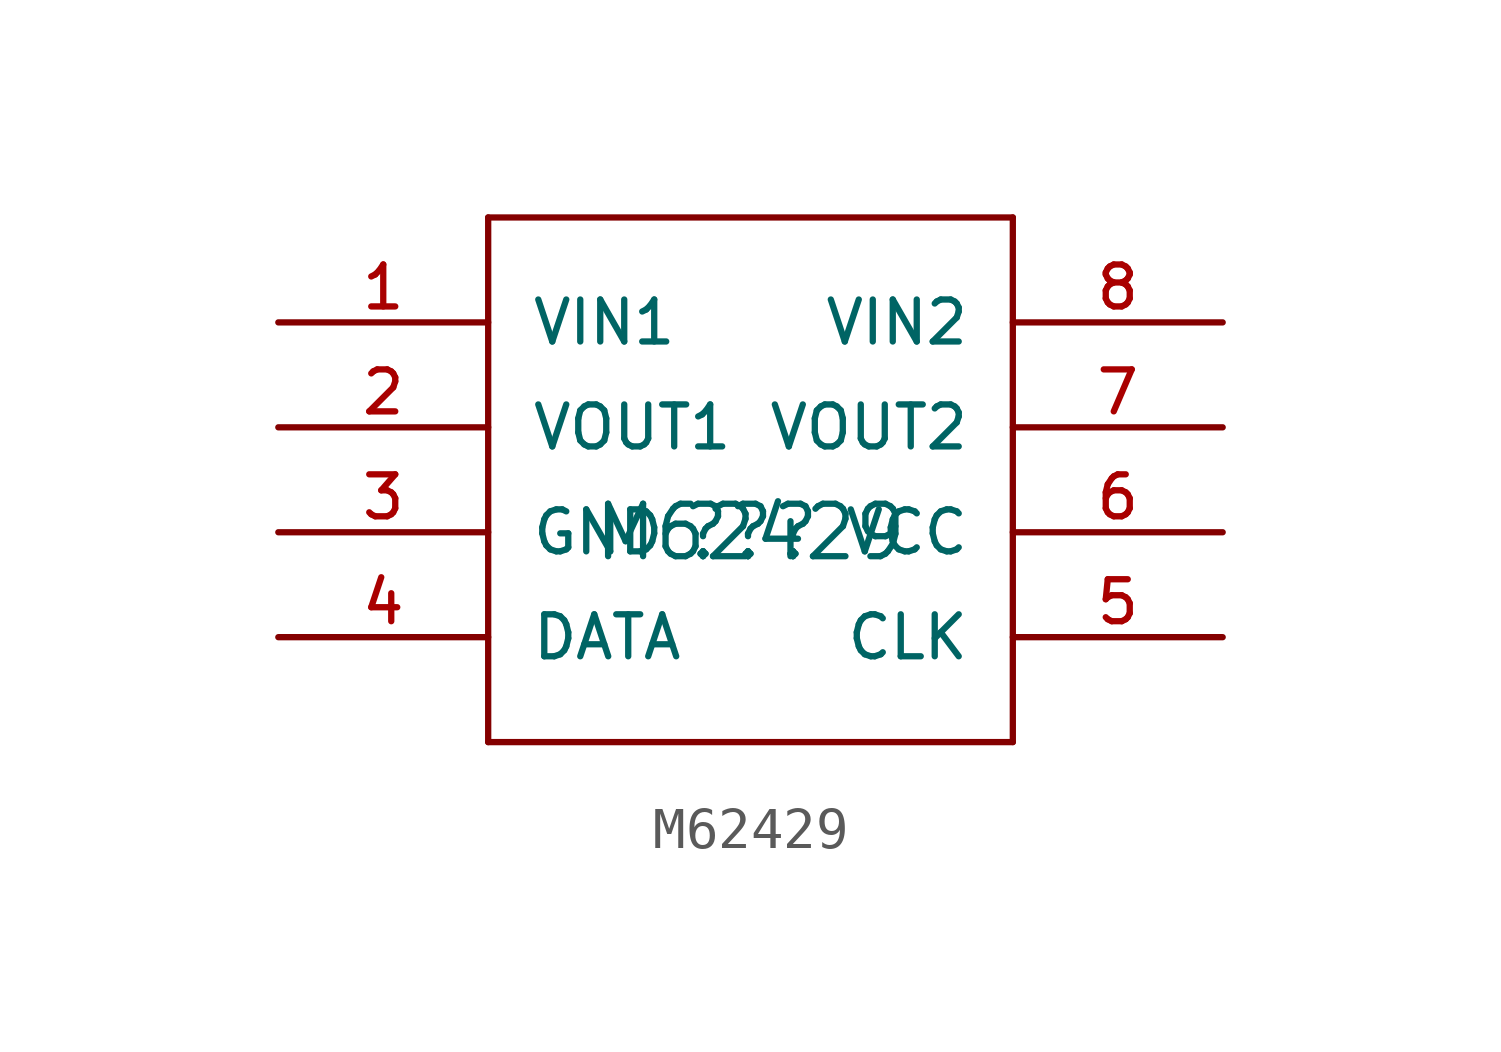
<source format=kicad_sym>
(kicad_symbol_lib
  (version 20211014)
  (generator kicad_symbol_editor)
  (symbol "M62429"
    (pin_names
      (offset 1.016))
    (property "Reference" "??"
      (at 0 0 0)
      (effects (font (size 1.27 1.27))))
    (property "Value" "M62429"
      (at 0 0 0)
      (effects (font (size 1.27 1.27))))
    (property "ki_locked" ""
      (at 0 0 0)
      (effects (font (size 1.27 1.27))))
    (symbol "M62429_1_0"
      (polyline (pts (xy -6.35 -5.08) (xy 6.35 -5.08)) (stroke (width 0) (type default) (color 0 0 0 0)) (fill (type none)))
      (polyline (pts (xy -6.35 7.62) (xy -6.35 -5.08)) (stroke (width 0) (type default) (color 0 0 0 0)) (fill (type none)))
      (polyline (pts (xy 6.35 -5.08) (xy 6.35 7.62)) (stroke (width 0) (type default) (color 0 0 0 0)) (fill (type none)))
      (polyline (pts (xy 6.35 7.62) (xy -6.35 7.62)) (stroke (width 0) (type default) (color 0 0 0 0)) (fill (type none))))
    (symbol "M62429_1_1"
      (pin bidirectional line (at -11.43 5.08 0) (length 5.08) (name "VIN1" (effects (font (size 1.016 1.016)))) (number "1" (effects (font (size 1.016 1.016)))))
      (pin bidirectional line (at -11.43 2.54 0) (length 5.08) (name "VOUT1" (effects (font (size 1.016 1.016)))) (number "2" (effects (font (size 1.016 1.016)))))
      (pin bidirectional line (at -11.43 0 0) (length 5.08) (name "GND" (effects (font (size 1.016 1.016)))) (number "3" (effects (font (size 1.016 1.016)))))
      (pin bidirectional line (at -11.43 -2.54 0) (length 5.08) (name "DATA" (effects (font (size 1.016 1.016)))) (number "4" (effects (font (size 1.016 1.016)))))
      (pin bidirectional line (at 11.43 -2.54 180) (length 5.08) (name "CLK" (effects (font (size 1.016 1.016)))) (number "5" (effects (font (size 1.016 1.016)))))
      (pin bidirectional line (at 11.43 0 180) (length 5.08) (name "VCC" (effects (font (size 1.016 1.016)))) (number "6" (effects (font (size 1.016 1.016)))))
      (pin bidirectional line (at 11.43 2.54 180) (length 5.08) (name "VOUT2" (effects (font (size 1.016 1.016)))) (number "7" (effects (font (size 1.016 1.016)))))
      (pin bidirectional line (at 11.43 5.08 180) (length 5.08) (name "VIN2" (effects (font (size 1.016 1.016)))) (number "8" (effects (font (size 1.016 1.016))))))))
</source>
